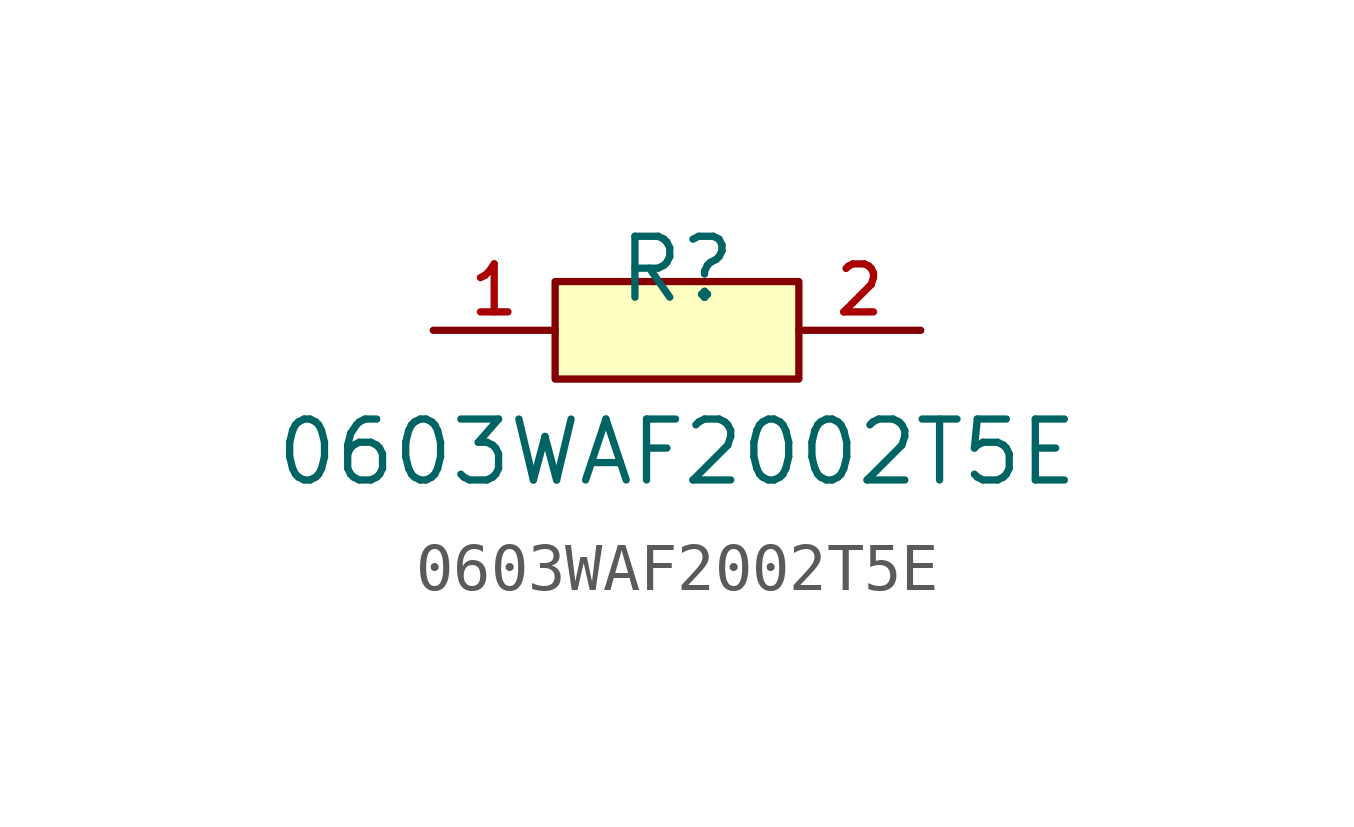
<source format=kicad_sym>
(kicad_symbol_lib
  (version 20210201)
  (generator TousstNicolas/JLC2KiCad_lib)
  (symbol "0603WAF2002T5E"
    (pin_names hide)
    (property "Reference" "R"
      (at 0 1.27 0)
      (effects (font (size 1.27 1.27))))
    (property "Value" "0603WAF2002T5E"
      (at 0 -2.54 0)
      (effects (font (size 1.27 1.27))))
    (symbol "0603WAF2002T5E_0_1"
      (pin input line (at 5.08 -0.0 180) (length 2.54) (name "2" (effects (font (size 1 1)))) (number "2" (effects (font (size 1 1)))))
      (pin input line (at -5.08 -0.0 0) (length 2.54) (name "1" (effects (font (size 1 1)))) (number "1" (effects (font (size 1 1)))))
      (rectangle (start -2.54 1.016) (end 2.54 -1.016) (stroke (width 0) (type default) (color 0 0 0 0)) (fill (type background))))))
</source>
